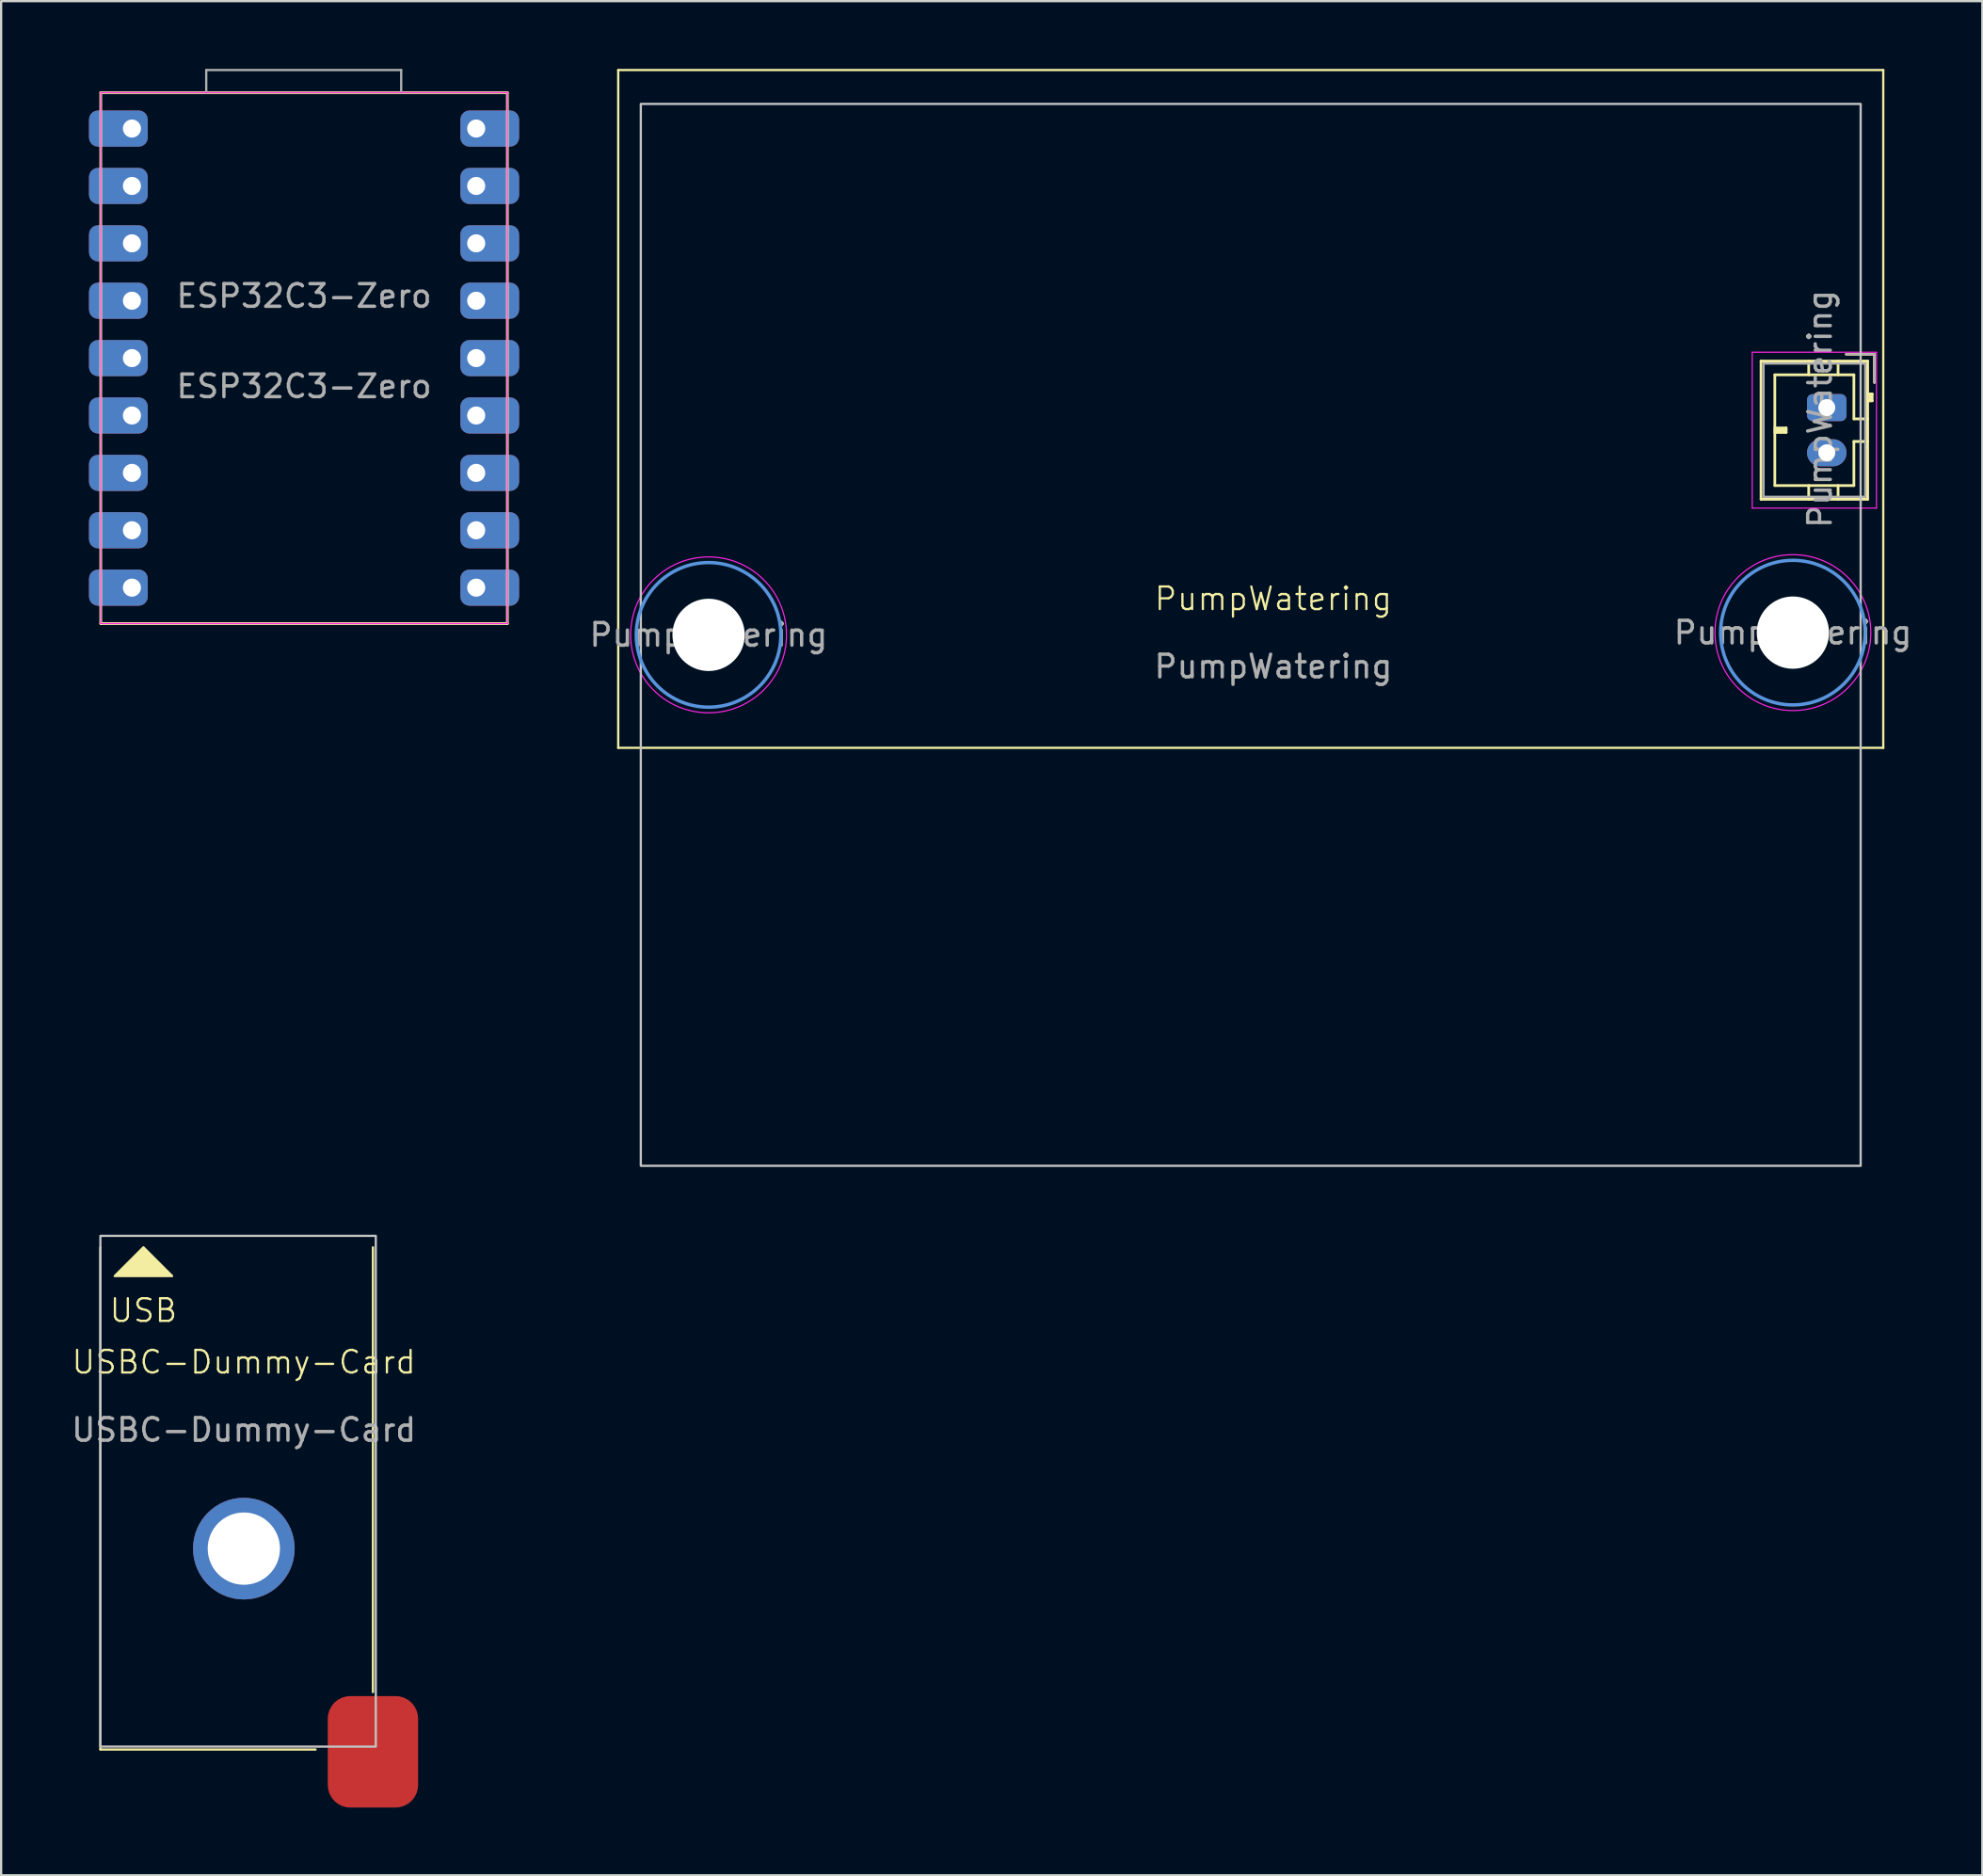
<source format=kicad_pcb>
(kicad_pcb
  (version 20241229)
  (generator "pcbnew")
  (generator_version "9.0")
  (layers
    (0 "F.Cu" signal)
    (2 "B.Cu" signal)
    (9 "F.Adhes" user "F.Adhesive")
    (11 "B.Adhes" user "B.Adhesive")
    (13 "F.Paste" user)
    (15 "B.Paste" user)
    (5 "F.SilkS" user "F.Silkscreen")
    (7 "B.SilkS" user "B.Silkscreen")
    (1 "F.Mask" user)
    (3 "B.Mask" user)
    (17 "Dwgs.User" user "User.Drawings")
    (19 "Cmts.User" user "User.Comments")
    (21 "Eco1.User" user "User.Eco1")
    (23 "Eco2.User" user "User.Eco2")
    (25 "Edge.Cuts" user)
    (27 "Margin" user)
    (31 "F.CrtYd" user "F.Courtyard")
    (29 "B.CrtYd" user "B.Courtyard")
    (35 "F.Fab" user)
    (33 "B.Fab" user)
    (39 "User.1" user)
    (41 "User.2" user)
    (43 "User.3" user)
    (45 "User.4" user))
  (footprint "ESP32C3-Zero"
    (layer "F.Cu")
    (at 0.25 25.5)
    (property "Reference" "ESP32C3-Zero" (at 10.16 -15.45 0) (unlocked yes) (layer "F.Fab") (effects (font (size 1 1) (thickness 0.15))))
    (attr through_hole)
    (fp_line (start 1.16 -24.45) (end 1.16 -0.95) (stroke (width 0.12) (type solid)) (layer "F.SilkS"))
    (fp_line (start 1.16 -0.95) (end 19.16 -0.95) (stroke (width 0.12) (type solid)) (layer "F.SilkS"))
    (fp_line (start 19.16 -24.45) (end 1.16 -24.45) (stroke (width 0.12) (type solid)) (layer "F.SilkS"))
    (fp_line (start 19.16 -0.95) (end 19.16 -24.45) (stroke (width 0.12) (type solid)) (layer "F.SilkS"))
    (fp_line (start 1.16 -24.45) (end 19.16 -24.45) (stroke (width 0.05) (type solid)) (layer "F.CrtYd"))
    (fp_line (start 1.16 -0.95) (end 1.16 -24.45) (stroke (width 0.05) (type solid)) (layer "F.CrtYd"))
    (fp_line (start 19.16 -24.45) (end 19.16 -0.95) (stroke (width 0.05) (type solid)) (layer "F.CrtYd"))
    (fp_line (start 19.16 -0.95) (end 1.16 -0.95) (stroke (width 0.05) (type solid)) (layer "F.CrtYd"))
    (fp_line (start 5.83 -25.45) (end 5.83 -24.45) (stroke (width 0.1) (type solid)) (layer "F.Fab"))
    (fp_line (start 5.83 -25.45) (end 14.46 -25.45) (stroke (width 0.1) (type solid)) (layer "F.Fab"))
    (fp_line (start 14.46 -25.45) (end 14.46 -24.45) (stroke (width 0.1) (type solid)) (layer "F.Fab"))
    (fp_text user "${REFERENCE}" (at 10.16 -11.45 0) (unlocked yes) (layer "F.Fab") (effects (font (size 1 1) (thickness 0.15))))
    (pad "1" thru_hole roundrect (at 2.54 -22.86) (size 2.6 1.6) (drill 0.8 (offset -0.6 0)) (layers "*.Cu" "*.Mask") (roundrect_rratio 0.25))
    (pad "2" thru_hole roundrect (at 2.54 -20.32) (size 2.6 1.6) (drill 0.8 (offset -0.6 0)) (layers "*.Cu" "*.Mask") (roundrect_rratio 0.25))
    (pad "3" thru_hole roundrect (at 2.54 -17.78) (size 2.6 1.6) (drill 0.8 (offset -0.6 0)) (layers "*.Cu" "*.Mask") (roundrect_rratio 0.25))
    (pad "4" thru_hole roundrect (at 2.54 -15.24) (size 2.6 1.6) (drill 0.8 (offset -0.6 0)) (layers "*.Cu" "*.Mask") (roundrect_rratio 0.25))
    (pad "5" thru_hole roundrect (at 2.54 -12.7) (size 2.6 1.6) (drill 0.8 (offset -0.6 0)) (layers "*.Cu" "*.Mask") (roundrect_rratio 0.25))
    (pad "6" thru_hole roundrect (at 2.54 -10.16) (size 2.6 1.6) (drill 0.8 (offset -0.6 0)) (layers "*.Cu" "*.Mask") (roundrect_rratio 0.25))
    (pad "7" thru_hole roundrect (at 2.54 -7.62) (size 2.6 1.6) (drill 0.8 (offset -0.6 0)) (layers "*.Cu" "*.Mask") (roundrect_rratio 0.25))
    (pad "8" thru_hole roundrect (at 2.54 -5.08) (size 2.6 1.6) (drill 0.8 (offset -0.6 0)) (layers "*.Cu" "*.Mask") (roundrect_rratio 0.25))
    (pad "9" thru_hole roundrect (at 2.54 -2.54) (size 2.6 1.6) (drill 0.8 (offset -0.6 0)) (layers "*.Cu" "*.Mask") (roundrect_rratio 0.25))
    (pad "10" thru_hole roundrect (at 17.78 -2.54) (size 2.6 1.6) (drill 0.8 (offset 0.6 0)) (layers "*.Cu" "*.Mask") (roundrect_rratio 0.25))
    (pad "11" thru_hole roundrect (at 17.78 -5.08) (size 2.6 1.6) (drill 0.8 (offset 0.6 0)) (layers "*.Cu" "*.Mask") (roundrect_rratio 0.25))
    (pad "12" thru_hole roundrect (at 17.78 -7.62) (size 2.6 1.6) (drill 0.8 (offset 0.6 0)) (layers "*.Cu" "*.Mask") (roundrect_rratio 0.25))
    (pad "13" thru_hole roundrect (at 17.78 -10.16) (size 2.6 1.6) (drill 0.8 (offset 0.6 0)) (layers "*.Cu" "*.Mask") (roundrect_rratio 0.25))
    (pad "14" thru_hole roundrect (at 17.78 -12.7) (size 2.6 1.6) (drill 0.8 (offset 0.6 0)) (layers "*.Cu" "*.Mask") (roundrect_rratio 0.25))
    (pad "15" thru_hole roundrect (at 17.78 -15.24) (size 2.6 1.6) (drill 0.8 (offset 0.6 0)) (layers "*.Cu" "*.Mask") (roundrect_rratio 0.25))
    (pad "16" thru_hole roundrect (at 17.78 -17.78) (size 2.6 1.6) (drill 0.8 (offset 0.6 0)) (layers "*.Cu" "*.Mask") (roundrect_rratio 0.25))
    (pad "17" thru_hole roundrect (at 17.78 -20.32) (size 2.6 1.6) (drill 0.8 (offset 0.6 0)) (layers "*.Cu" "*.Mask") (roundrect_rratio 0.25))
    (pad "18" thru_hole roundrect (at 17.78 -22.86) (size 2.6 1.6) (drill 0.8 (offset 0.6 0)) (layers "*.Cu" "*.Mask") (roundrect_rratio 0.25)))
  (footprint "PumpWatering"
    (layer "F.Cu")
    (at 53.317 25.05)
    (property "Reference" "PumpWatering" (at 0 -1.6 0) (unlocked yes) (layer "F.SilkS") (effects (font (size 1 1) (thickness 0.1))))
    (attr smd)
    (fp_line (start -29 -25) (end -29 5) (stroke (width 0.1) (type default)) (layer "F.SilkS"))
    (fp_line (start -29 -25) (end 27 -25) (stroke (width 0.1) (type default)) (layer "F.SilkS"))
    (fp_line (start -29 5) (end 27 5) (stroke (width 0.1) (type default)) (layer "F.SilkS"))
    (fp_line (start 21.59 -12.12) (end 21.59 -6) (stroke (width 0.12) (type solid)) (layer "F.SilkS"))
    (fp_line (start 21.59 -6) (end 26.31 -6) (stroke (width 0.12) (type solid)) (layer "F.SilkS"))
    (fp_line (start 22.2 -11.51) (end 22.2 -6.61) (stroke (width 0.12) (type solid)) (layer "F.SilkS"))
    (fp_line (start 22.2 -9.16) (end 22.7 -9.16) (stroke (width 0.12) (type solid)) (layer "F.SilkS"))
    (fp_line (start 22.2 -9.06) (end 22.7 -9.06) (stroke (width 0.12) (type solid)) (layer "F.SilkS"))
    (fp_line (start 22.2 -6.61) (end 25.7 -6.61) (stroke (width 0.12) (type solid)) (layer "F.SilkS"))
    (fp_line (start 22.7 -9.16) (end 22.7 -8.96) (stroke (width 0.12) (type solid)) (layer "F.SilkS"))
    (fp_line (start 22.7 -8.96) (end 22.2 -8.96) (stroke (width 0.12) (type solid)) (layer "F.SilkS"))
    (fp_line (start 23.7 -12.12) (end 23.7 -11.51) (stroke (width 0.12) (type solid)) (layer "F.SilkS"))
    (fp_line (start 23.7 -6) (end 23.7 -6.61) (stroke (width 0.12) (type solid)) (layer "F.SilkS"))
    (fp_line (start 25 -12.12) (end 25 -11.51) (stroke (width 0.12) (type solid)) (layer "F.SilkS"))
    (fp_line (start 25 -6) (end 25 -6.61) (stroke (width 0.12) (type solid)) (layer "F.SilkS"))
    (fp_line (start 25.7 -11.51) (end 22.2 -11.51) (stroke (width 0.12) (type solid)) (layer "F.SilkS"))
    (fp_line (start 25.7 -9.56) (end 25.7 -11.51) (stroke (width 0.12) (type solid)) (layer "F.SilkS"))
    (fp_line (start 25.7 -8.56) (end 26.31 -8.56) (stroke (width 0.12) (type solid)) (layer "F.SilkS"))
    (fp_line (start 25.7 -6.61) (end 25.7 -8.56) (stroke (width 0.12) (type solid)) (layer "F.SilkS"))
    (fp_line (start 26.31 -12.12) (end 21.59 -12.12) (stroke (width 0.12) (type solid)) (layer "F.SilkS"))
    (fp_line (start 26.31 -10.36) (end 26.51 -10.36) (stroke (width 0.12) (type solid)) (layer "F.SilkS"))
    (fp_line (start 26.31 -9.56) (end 25.7 -9.56) (stroke (width 0.12) (type solid)) (layer "F.SilkS"))
    (fp_line (start 26.31 -6) (end 26.31 -12.12) (stroke (width 0.12) (type solid)) (layer "F.SilkS"))
    (fp_line (start 26.41 -10.36) (end 26.41 -10.66) (stroke (width 0.12) (type solid)) (layer "F.SilkS"))
    (fp_line (start 26.51 -10.66) (end 26.31 -10.66) (stroke (width 0.12) (type solid)) (layer "F.SilkS"))
    (fp_line (start 26.51 -10.36) (end 26.51 -10.66) (stroke (width 0.12) (type solid)) (layer "F.SilkS"))
    (fp_line (start 26.61 -12.42) (end 25.36 -12.42) (stroke (width 0.12) (type solid)) (layer "F.SilkS"))
    (fp_line (start 26.61 -11.17) (end 26.61 -12.42) (stroke (width 0.12) (type solid)) (layer "F.SilkS"))
    (fp_line (start 27 -25) (end 27 5) (stroke (width 0.1) (type default)) (layer "F.SilkS"))
    (fp_rect (start -28 -23.5) (end 26 23.5) (stroke (width 0.1) (type solid)) (fill no) (layer "Dwgs.User"))
    (fp_circle (center -25 0) (end -21.8 0) (stroke (width 0.15) (type solid)) (fill no) (layer "Cmts.User"))
    (fp_circle (center 23 -0.1) (end 26.2 -0.1) (stroke (width 0.15) (type solid)) (fill no) (layer "Cmts.User"))
    (fp_line (start 21.2 -12.51) (end 21.2 -5.61) (stroke (width 0.05) (type solid)) (layer "F.CrtYd"))
    (fp_line (start 21.2 -5.61) (end 26.7 -5.61) (stroke (width 0.05) (type solid)) (layer "F.CrtYd"))
    (fp_line (start 26.7 -12.51) (end 21.2 -12.51) (stroke (width 0.05) (type solid)) (layer "F.CrtYd"))
    (fp_line (start 26.7 -5.61) (end 26.7 -12.51) (stroke (width 0.05) (type solid)) (layer "F.CrtYd"))
    (fp_circle (center -25 0) (end -21.55 0) (stroke (width 0.05) (type solid)) (fill no) (layer "F.CrtYd"))
    (fp_circle (center 23 -0.1) (end 26.45 -0.1) (stroke (width 0.05) (type solid)) (fill no) (layer "F.CrtYd"))
    (fp_line (start 21.7 -12.01) (end 21.7 -6.11) (stroke (width 0.1) (type solid)) (layer "F.Fab"))
    (fp_line (start 21.7 -6.11) (end 26.2 -6.11) (stroke (width 0.1) (type solid)) (layer "F.Fab"))
    (fp_line (start 26.2 -12.01) (end 21.7 -12.01) (stroke (width 0.1) (type solid)) (layer "F.Fab"))
    (fp_line (start 26.2 -6.11) (end 26.2 -12.01) (stroke (width 0.1) (type solid)) (layer "F.Fab"))
    (fp_line (start 26.61 -12.42) (end 25.36 -12.42) (stroke (width 0.1) (type solid)) (layer "F.Fab"))
    (fp_line (start 26.61 -11.17) (end 26.61 -12.42) (stroke (width 0.1) (type solid)) (layer "F.Fab"))
    (fp_text user "${REFERENCE}" (at 0 1.4 0) (unlocked yes) (layer "F.Fab") (effects (font (size 1 1) (thickness 0.15))))
    (fp_text user "${REFERENCE}" (at 23 -0.1 0) (layer "F.Fab") (effects (font (size 1 1) (thickness 0.15))))
    (fp_text user "${REFERENCE}" (at -25 0 0) (layer "F.Fab") (effects (font (size 1 1) (thickness 0.15))))
    (fp_text user "${REFERENCE}" (at 24.2 -10 90) (layer "F.Fab") (effects (font (size 1 1) (thickness 0.15))))
    (pad "" np_thru_hole circle (at -25 0) (size 3.2 3.2) (drill 3.2) (layers "*.Cu" "*.Mask"))
    (pad "" np_thru_hole circle (at 23 -0.1) (size 3.2 3.2) (drill 3.2) (layers "*.Cu" "*.Mask"))
    (pad "1" thru_hole roundrect (at 24.5 -10.06 270) (size 1.2 1.75) (drill 0.75) (layers "*.Cu" "*.Mask") (roundrect_rratio 0.208))
    (pad "2" thru_hole oval (at 24.5 -8.06 270) (size 1.2 1.75) (drill 0.75) (layers "*.Cu" "*.Mask")))
  (footprint "USBC-Dummy-Card"
    (layer "F.Cu")
    (at 7.744 62.953)
    (property "Reference" "USBC-Dummy-Card" (at 0 -5.715 0) (unlocked yes) (layer "F.SilkS") (effects (font (size 1 1) (thickness 0.1))))
    (attr smd)
    (fp_line (start -6.35 -10.795) (end -6.35 11.43) (stroke (width 0.1) (type default)) (layer "F.SilkS"))
    (fp_line (start -6.35 11.43) (end 3.175 11.43) (stroke (width 0.1) (type default)) (layer "F.SilkS"))
    (fp_line (start 5.715 8.89) (end 5.715 -10.795) (stroke (width 0.1) (type default)) (layer "F.SilkS"))
    (fp_poly (pts (xy -5.715 -9.525) (xy -3.175 -9.525) (xy -4.445 -10.795)) (stroke (width 0.1) (type solid)) (fill yes) (layer "F.SilkS"))
    (fp_rect (start -6.35 -11.303) (end 5.842 11.303) (stroke (width 0.1) (type default)) (fill no) (layer "Dwgs.User"))
    (fp_text user "USB" (at -4.445 -8 0) (unlocked yes) (layer "F.SilkS") (effects (font (size 1 1) (thickness 0.1))))
    (fp_text user "${REFERENCE}" (at 0 -2.715 0) (unlocked yes) (layer "F.Fab") (effects (font (size 1 1) (thickness 0.15))))
    (pad "1" smd roundrect (at 5.715 11.533 90) (size 4.935 4) (layers "F.Cu" "F.Mask" "F.Paste") (roundrect_rratio 0.25))
    (pad "2" thru_hole circle (at 0 2.54) (size 4.5 4.5) (drill 3.2) (layers "*.Cu" "*.Mask")))
  (gr_rect
    (start -3 -3)
    (end 84.704 79.953)
    (stroke (width 0.1) (type default))
    (fill no)
    (layer "Edge.Cuts")))
</source>
